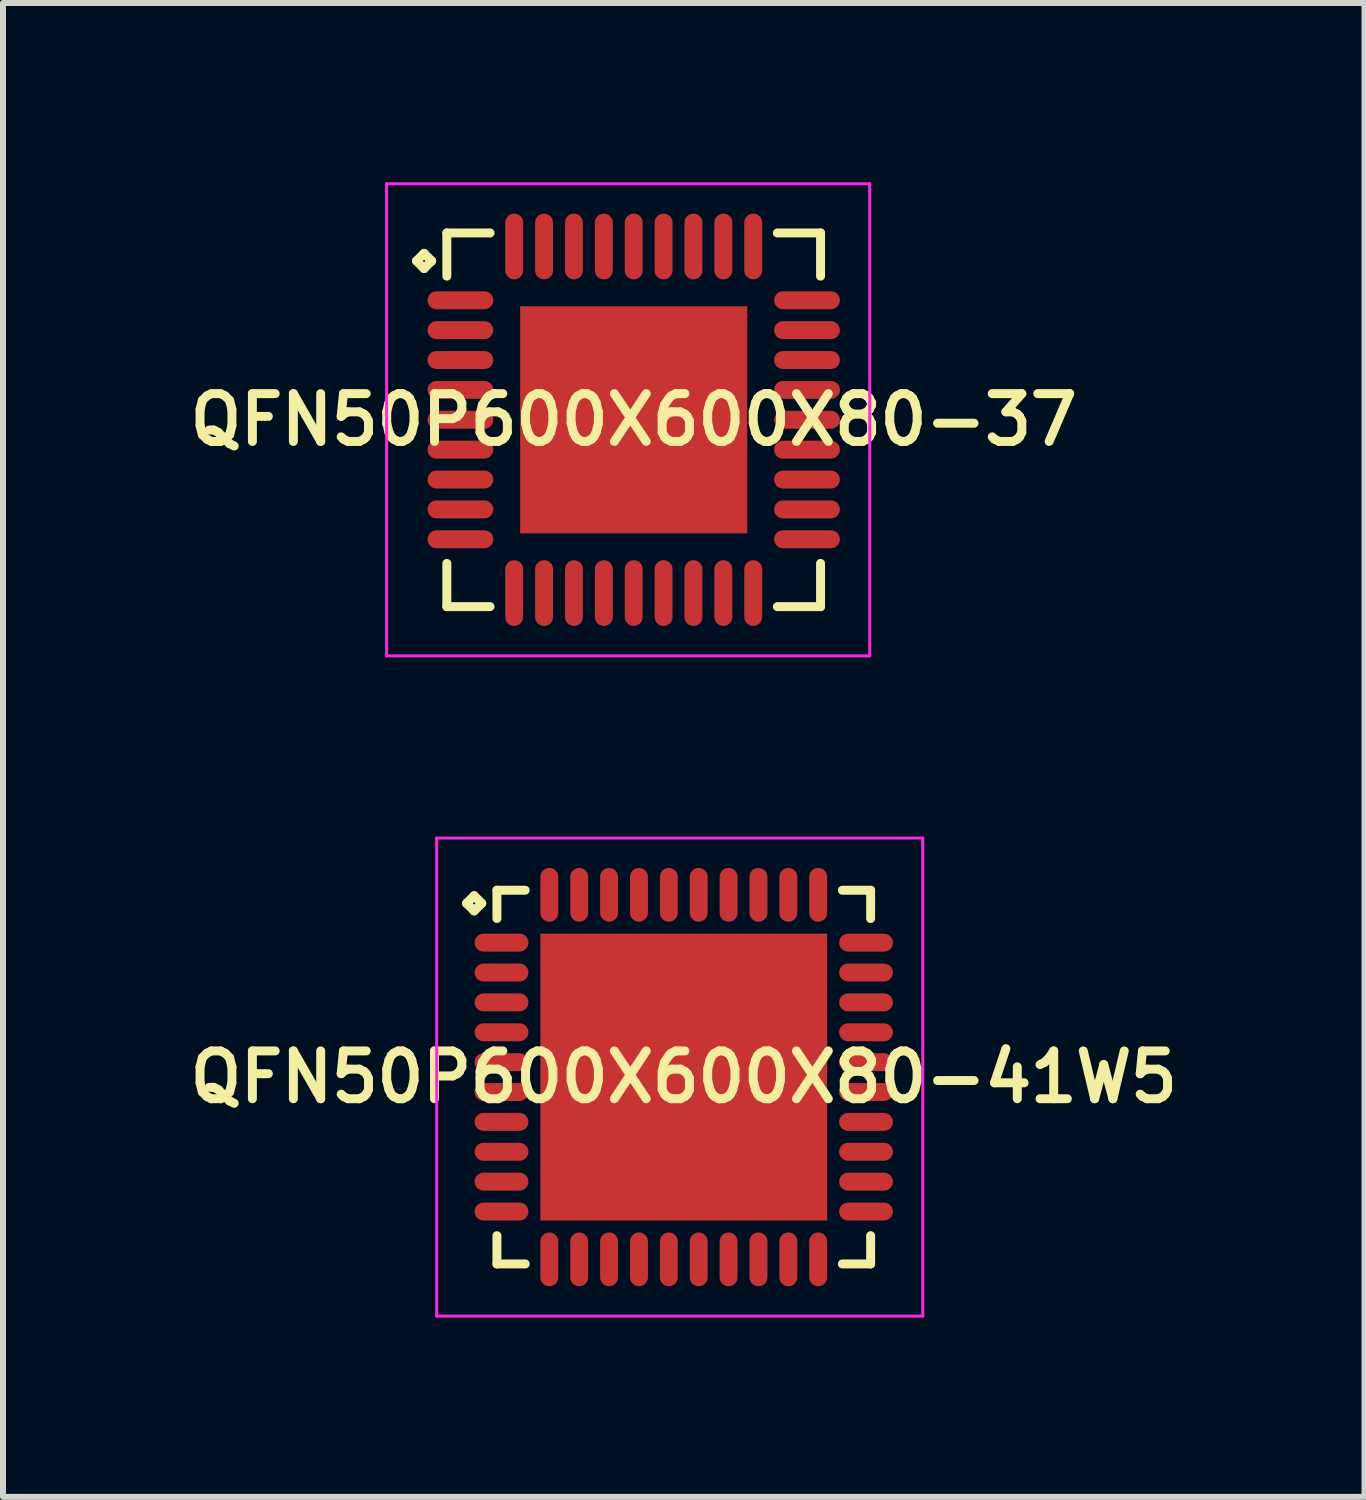
<source format=kicad_pcb>
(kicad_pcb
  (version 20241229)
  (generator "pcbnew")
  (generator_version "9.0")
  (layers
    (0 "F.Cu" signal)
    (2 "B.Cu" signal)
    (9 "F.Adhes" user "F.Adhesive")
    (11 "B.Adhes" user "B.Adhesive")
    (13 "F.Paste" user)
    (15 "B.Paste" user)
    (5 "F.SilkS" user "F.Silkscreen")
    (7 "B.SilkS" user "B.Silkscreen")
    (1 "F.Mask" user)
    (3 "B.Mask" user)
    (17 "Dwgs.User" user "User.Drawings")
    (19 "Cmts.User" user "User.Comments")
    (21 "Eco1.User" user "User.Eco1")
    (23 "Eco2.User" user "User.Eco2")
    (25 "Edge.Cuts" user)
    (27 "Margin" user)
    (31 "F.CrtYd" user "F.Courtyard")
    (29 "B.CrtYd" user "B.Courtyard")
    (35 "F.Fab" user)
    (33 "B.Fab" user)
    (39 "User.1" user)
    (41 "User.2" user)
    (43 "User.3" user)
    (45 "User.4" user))
  (footprint "QFN50P600X600X80-41W5"
    (layer "F.Cu")
    (at 8.393 14.975)
    (property "Reference" "QFN50P600X600X80-41W5" (at 0 0 0) (layer "F.SilkS") (effects (font (size 0.8 0.8) (thickness 0.15))))
    (attr smd)
    (fp_line (start -3.635 -2.908) (end -3.508 -3.035) (stroke (width 0.15) (type solid)) (layer "F.SilkS"))
    (fp_line (start -3.508 -3.035) (end -3.381 -2.908) (stroke (width 0.15) (type solid)) (layer "F.SilkS"))
    (fp_line (start -3.508 -2.781) (end -3.635 -2.908) (stroke (width 0.15) (type solid)) (layer "F.SilkS"))
    (fp_line (start -3.381 -2.908) (end -3.508 -2.781) (stroke (width 0.15) (type solid)) (layer "F.SilkS"))
    (fp_line (start -3.127 -3.127) (end -2.654 -3.127) (stroke (width 0.15) (type solid)) (layer "F.SilkS"))
    (fp_line (start -3.127 -2.654) (end -3.127 -3.127) (stroke (width 0.15) (type solid)) (layer "F.SilkS"))
    (fp_line (start -3.127 2.654) (end -3.127 3.127) (stroke (width 0.15) (type solid)) (layer "F.SilkS"))
    (fp_line (start -3.127 3.127) (end -2.654 3.127) (stroke (width 0.15) (type solid)) (layer "F.SilkS"))
    (fp_line (start 2.654 -3.127) (end 3.127 -3.127) (stroke (width 0.15) (type solid)) (layer "F.SilkS"))
    (fp_line (start 2.654 3.127) (end 3.127 3.127) (stroke (width 0.15) (type solid)) (layer "F.SilkS"))
    (fp_line (start 3.127 -3.127) (end 3.127 -2.654) (stroke (width 0.15) (type solid)) (layer "F.SilkS"))
    (fp_line (start 3.127 3.127) (end 3.127 2.654) (stroke (width 0.15) (type solid)) (layer "F.SilkS"))
    (fp_line (start -4.135 -4) (end 4 -4) (stroke (width 0.05) (type solid)) (layer "F.CrtYd"))
    (fp_line (start -4.135 4) (end -4.135 -4) (stroke (width 0.05) (type solid)) (layer "F.CrtYd"))
    (fp_line (start 4 -4) (end 4 4) (stroke (width 0.05) (type solid)) (layer "F.CrtYd"))
    (fp_line (start 4 4) (end -4.135 4) (stroke (width 0.05) (type solid)) (layer "F.CrtYd"))
    (pad "1" smd oval (at -3.05 -2.25) (size 0.9 0.3) (layers "F.Cu" "F.Mask" "F.Paste"))
    (pad "2" smd oval (at -3.05 -1.75) (size 0.9 0.3) (layers "F.Cu" "F.Mask" "F.Paste"))
    (pad "3" smd oval (at -3.05 -1.25) (size 0.9 0.3) (layers "F.Cu" "F.Mask" "F.Paste"))
    (pad "4" smd oval (at -3.05 -0.75) (size 0.9 0.3) (layers "F.Cu" "F.Mask" "F.Paste"))
    (pad "5" smd oval (at -3.05 -0.25) (size 0.9 0.3) (layers "F.Cu" "F.Mask" "F.Paste"))
    (pad "6" smd oval (at -3.05 0.25) (size 0.9 0.3) (layers "F.Cu" "F.Mask" "F.Paste"))
    (pad "7" smd oval (at -3.05 0.75) (size 0.9 0.3) (layers "F.Cu" "F.Mask" "F.Paste"))
    (pad "8" smd oval (at -3.05 1.25) (size 0.9 0.3) (layers "F.Cu" "F.Mask" "F.Paste"))
    (pad "9" smd oval (at -3.05 1.75) (size 0.9 0.3) (layers "F.Cu" "F.Mask" "F.Paste"))
    (pad "10" smd oval (at -3.05 2.25) (size 0.9 0.3) (layers "F.Cu" "F.Mask" "F.Paste"))
    (pad "11" smd oval (at -2.25 3.05) (size 0.3 0.9) (layers "F.Cu" "F.Mask" "F.Paste"))
    (pad "12" smd oval (at -1.75 3.05) (size 0.3 0.9) (layers "F.Cu" "F.Mask" "F.Paste"))
    (pad "13" smd oval (at -1.25 3.05) (size 0.3 0.9) (layers "F.Cu" "F.Mask" "F.Paste"))
    (pad "14" smd oval (at -0.75 3.05) (size 0.3 0.9) (layers "F.Cu" "F.Mask" "F.Paste"))
    (pad "15" smd oval (at -0.25 3.05) (size 0.3 0.9) (layers "F.Cu" "F.Mask" "F.Paste"))
    (pad "16" smd oval (at 0.25 3.05) (size 0.3 0.9) (layers "F.Cu" "F.Mask" "F.Paste"))
    (pad "17" smd oval (at 0.75 3.05) (size 0.3 0.9) (layers "F.Cu" "F.Mask" "F.Paste"))
    (pad "18" smd oval (at 1.25 3.05) (size 0.3 0.9) (layers "F.Cu" "F.Mask" "F.Paste"))
    (pad "19" smd oval (at 1.75 3.05) (size 0.3 0.9) (layers "F.Cu" "F.Mask" "F.Paste"))
    (pad "20" smd oval (at 2.25 3.05) (size 0.3 0.9) (layers "F.Cu" "F.Mask" "F.Paste"))
    (pad "21" smd oval (at 3.05 2.25) (size 0.9 0.3) (layers "F.Cu" "F.Mask" "F.Paste"))
    (pad "22" smd oval (at 3.05 1.75) (size 0.9 0.3) (layers "F.Cu" "F.Mask" "F.Paste"))
    (pad "23" smd oval (at 3.05 1.25) (size 0.9 0.3) (layers "F.Cu" "F.Mask" "F.Paste"))
    (pad "24" smd oval (at 3.05 0.75) (size 0.9 0.3) (layers "F.Cu" "F.Mask" "F.Paste"))
    (pad "25" smd oval (at 3.05 0.25) (size 0.9 0.3) (layers "F.Cu" "F.Mask" "F.Paste"))
    (pad "26" smd oval (at 3.05 -0.25) (size 0.9 0.3) (layers "F.Cu" "F.Mask" "F.Paste"))
    (pad "27" smd oval (at 3.05 -0.75) (size 0.9 0.3) (layers "F.Cu" "F.Mask" "F.Paste"))
    (pad "28" smd oval (at 3.05 -1.25) (size 0.9 0.3) (layers "F.Cu" "F.Mask" "F.Paste"))
    (pad "29" smd oval (at 3.05 -1.75) (size 0.9 0.3) (layers "F.Cu" "F.Mask" "F.Paste"))
    (pad "30" smd oval (at 3.05 -2.25) (size 0.9 0.3) (layers "F.Cu" "F.Mask" "F.Paste"))
    (pad "31" smd oval (at 2.25 -3.05) (size 0.3 0.9) (layers "F.Cu" "F.Mask" "F.Paste"))
    (pad "32" smd oval (at 1.75 -3.05) (size 0.3 0.9) (layers "F.Cu" "F.Mask" "F.Paste"))
    (pad "33" smd oval (at 1.25 -3.05) (size 0.3 0.9) (layers "F.Cu" "F.Mask" "F.Paste"))
    (pad "34" smd oval (at 0.75 -3.05) (size 0.3 0.9) (layers "F.Cu" "F.Mask" "F.Paste"))
    (pad "35" smd oval (at 0.25 -3.05) (size 0.3 0.9) (layers "F.Cu" "F.Mask" "F.Paste"))
    (pad "36" smd oval (at -0.25 -3.05) (size 0.3 0.9) (layers "F.Cu" "F.Mask" "F.Paste"))
    (pad "37" smd oval (at -0.75 -3.05) (size 0.3 0.9) (layers "F.Cu" "F.Mask" "F.Paste"))
    (pad "38" smd oval (at -1.25 -3.05) (size 0.3 0.9) (layers "F.Cu" "F.Mask" "F.Paste"))
    (pad "39" smd oval (at -1.75 -3.05) (size 0.3 0.9) (layers "F.Cu" "F.Mask" "F.Paste"))
    (pad "40" smd oval (at -2.25 -3.05) (size 0.3 0.9) (layers "F.Cu" "F.Mask" "F.Paste"))
    (pad "41" smd rect (at 0 0) (size 4.8 4.8) (layers "F.Cu" "F.Mask" "F.Paste")))
  (footprint "QFN50P600X600X80-37"
    (layer "F.Cu")
    (at 7.555 3.975)
    (property "Reference" "QFN50P600X600X80-37" (at 0 0 0) (layer "F.SilkS") (effects (font (size 0.8 0.8) (thickness 0.15))))
    (attr smd)
    (fp_line (start -3.635 -2.658) (end -3.508 -2.785) (stroke (width 0.15) (type solid)) (layer "F.SilkS"))
    (fp_line (start -3.508 -2.785) (end -3.381 -2.658) (stroke (width 0.15) (type solid)) (layer "F.SilkS"))
    (fp_line (start -3.508 -2.531) (end -3.635 -2.658) (stroke (width 0.15) (type solid)) (layer "F.SilkS"))
    (fp_line (start -3.381 -2.658) (end -3.508 -2.531) (stroke (width 0.15) (type solid)) (layer "F.SilkS"))
    (fp_line (start -3.127 -3.127) (end -2.404 -3.127) (stroke (width 0.15) (type solid)) (layer "F.SilkS"))
    (fp_line (start -3.127 -2.404) (end -3.127 -3.127) (stroke (width 0.15) (type solid)) (layer "F.SilkS"))
    (fp_line (start -3.127 2.404) (end -3.127 3.127) (stroke (width 0.15) (type solid)) (layer "F.SilkS"))
    (fp_line (start -3.127 3.127) (end -2.404 3.127) (stroke (width 0.15) (type solid)) (layer "F.SilkS"))
    (fp_line (start 2.404 -3.127) (end 3.127 -3.127) (stroke (width 0.15) (type solid)) (layer "F.SilkS"))
    (fp_line (start 2.404 3.127) (end 3.127 3.127) (stroke (width 0.15) (type solid)) (layer "F.SilkS"))
    (fp_line (start 3.127 -3.127) (end 3.127 -2.404) (stroke (width 0.15) (type solid)) (layer "F.SilkS"))
    (fp_line (start 3.127 3.127) (end 3.127 2.404) (stroke (width 0.15) (type solid)) (layer "F.SilkS"))
    (fp_line (start -4.135 -3.95) (end 3.95 -3.95) (stroke (width 0.05) (type solid)) (layer "F.CrtYd"))
    (fp_line (start -4.135 3.95) (end -4.135 -3.95) (stroke (width 0.05) (type solid)) (layer "F.CrtYd"))
    (fp_line (start 3.95 -3.95) (end 3.95 3.95) (stroke (width 0.05) (type solid)) (layer "F.CrtYd"))
    (fp_line (start 3.95 3.95) (end -4.135 3.95) (stroke (width 0.05) (type solid)) (layer "F.CrtYd"))
    (pad "1" smd oval (at -2.9 -2) (size 1.1 0.3) (layers "F.Cu" "F.Mask" "F.Paste"))
    (pad "2" smd oval (at -2.9 -1.5) (size 1.1 0.3) (layers "F.Cu" "F.Mask" "F.Paste"))
    (pad "3" smd oval (at -2.9 -1) (size 1.1 0.3) (layers "F.Cu" "F.Mask" "F.Paste"))
    (pad "4" smd oval (at -2.9 -0.5) (size 1.1 0.3) (layers "F.Cu" "F.Mask" "F.Paste"))
    (pad "5" smd oval (at -2.9 0) (size 1.1 0.3) (layers "F.Cu" "F.Mask" "F.Paste"))
    (pad "6" smd oval (at -2.9 0.5) (size 1.1 0.3) (layers "F.Cu" "F.Mask" "F.Paste"))
    (pad "7" smd oval (at -2.9 1) (size 1.1 0.3) (layers "F.Cu" "F.Mask" "F.Paste"))
    (pad "8" smd oval (at -2.9 1.5) (size 1.1 0.3) (layers "F.Cu" "F.Mask" "F.Paste"))
    (pad "9" smd oval (at -2.9 2) (size 1.1 0.3) (layers "F.Cu" "F.Mask" "F.Paste"))
    (pad "10" smd oval (at -2 2.9) (size 0.3 1.1) (layers "F.Cu" "F.Mask" "F.Paste"))
    (pad "11" smd oval (at -1.5 2.9) (size 0.3 1.1) (layers "F.Cu" "F.Mask" "F.Paste"))
    (pad "12" smd oval (at -1 2.9) (size 0.3 1.1) (layers "F.Cu" "F.Mask" "F.Paste"))
    (pad "13" smd oval (at -0.5 2.9) (size 0.3 1.1) (layers "F.Cu" "F.Mask" "F.Paste"))
    (pad "14" smd oval (at 0 2.9) (size 0.3 1.1) (layers "F.Cu" "F.Mask" "F.Paste"))
    (pad "15" smd oval (at 0.5 2.9) (size 0.3 1.1) (layers "F.Cu" "F.Mask" "F.Paste"))
    (pad "16" smd oval (at 1 2.9) (size 0.3 1.1) (layers "F.Cu" "F.Mask" "F.Paste"))
    (pad "17" smd oval (at 1.5 2.9) (size 0.3 1.1) (layers "F.Cu" "F.Mask" "F.Paste"))
    (pad "18" smd oval (at 2 2.9) (size 0.3 1.1) (layers "F.Cu" "F.Mask" "F.Paste"))
    (pad "19" smd oval (at 2.9 2) (size 1.1 0.3) (layers "F.Cu" "F.Mask" "F.Paste"))
    (pad "20" smd oval (at 2.9 1.5) (size 1.1 0.3) (layers "F.Cu" "F.Mask" "F.Paste"))
    (pad "21" smd oval (at 2.9 1) (size 1.1 0.3) (layers "F.Cu" "F.Mask" "F.Paste"))
    (pad "22" smd oval (at 2.9 0.5) (size 1.1 0.3) (layers "F.Cu" "F.Mask" "F.Paste"))
    (pad "23" smd oval (at 2.9 0) (size 1.1 0.3) (layers "F.Cu" "F.Mask" "F.Paste"))
    (pad "24" smd oval (at 2.9 -0.5) (size 1.1 0.3) (layers "F.Cu" "F.Mask" "F.Paste"))
    (pad "25" smd oval (at 2.9 -1) (size 1.1 0.3) (layers "F.Cu" "F.Mask" "F.Paste"))
    (pad "26" smd oval (at 2.9 -1.5) (size 1.1 0.3) (layers "F.Cu" "F.Mask" "F.Paste"))
    (pad "27" smd oval (at 2.9 -2) (size 1.1 0.3) (layers "F.Cu" "F.Mask" "F.Paste"))
    (pad "28" smd oval (at 2 -2.9) (size 0.3 1.1) (layers "F.Cu" "F.Mask" "F.Paste"))
    (pad "29" smd oval (at 1.5 -2.9) (size 0.3 1.1) (layers "F.Cu" "F.Mask" "F.Paste"))
    (pad "30" smd oval (at 1 -2.9) (size 0.3 1.1) (layers "F.Cu" "F.Mask" "F.Paste"))
    (pad "31" smd oval (at 0.5 -2.9) (size 0.3 1.1) (layers "F.Cu" "F.Mask" "F.Paste"))
    (pad "32" smd oval (at 0 -2.9) (size 0.3 1.1) (layers "F.Cu" "F.Mask" "F.Paste"))
    (pad "33" smd oval (at -0.5 -2.9) (size 0.3 1.1) (layers "F.Cu" "F.Mask" "F.Paste"))
    (pad "34" smd oval (at -1 -2.9) (size 0.3 1.1) (layers "F.Cu" "F.Mask" "F.Paste"))
    (pad "35" smd oval (at -1.5 -2.9) (size 0.3 1.1) (layers "F.Cu" "F.Mask" "F.Paste"))
    (pad "36" smd oval (at -2 -2.9) (size 0.3 1.1) (layers "F.Cu" "F.Mask" "F.Paste"))
    (pad "37" smd rect (at 0 0) (size 3.8 3.8) (layers "F.Cu" "F.Mask" "F.Paste")))
  (gr_rect
    (start -3 -3)
    (end 19.785 22)
    (stroke (width 0.1) (type default))
    (fill no)
    (layer "Edge.Cuts")))
</source>
